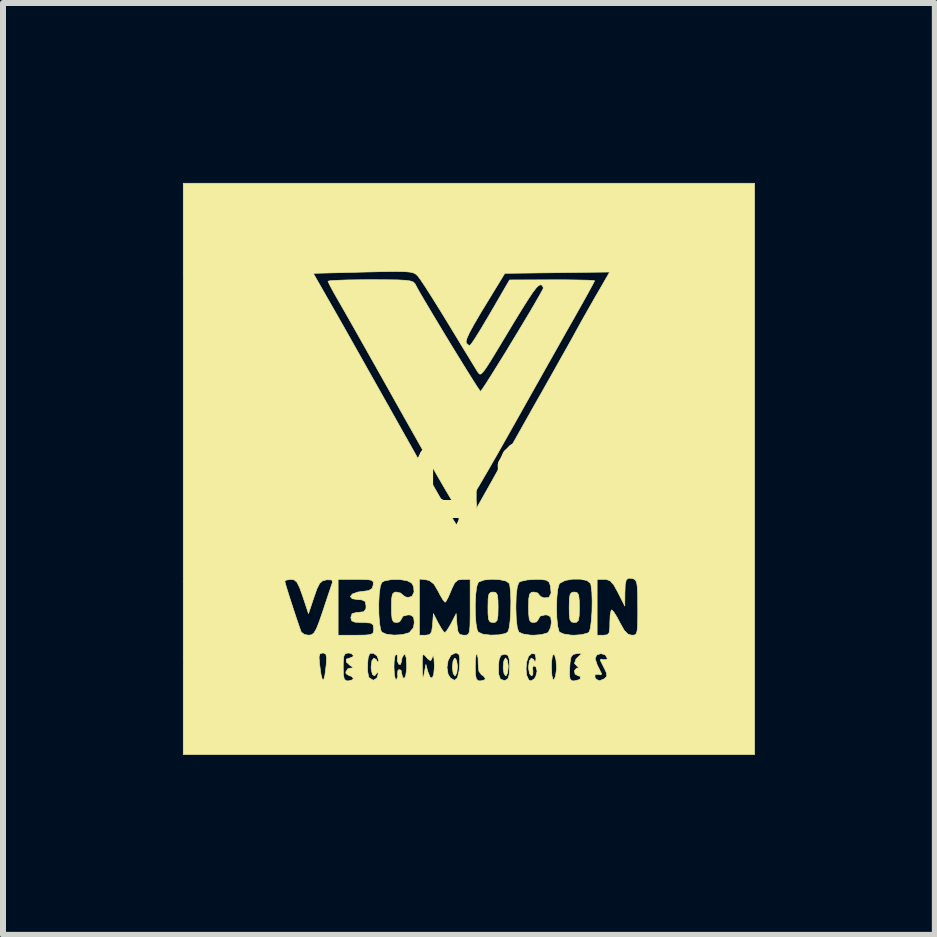
<source format=kicad_pcb>
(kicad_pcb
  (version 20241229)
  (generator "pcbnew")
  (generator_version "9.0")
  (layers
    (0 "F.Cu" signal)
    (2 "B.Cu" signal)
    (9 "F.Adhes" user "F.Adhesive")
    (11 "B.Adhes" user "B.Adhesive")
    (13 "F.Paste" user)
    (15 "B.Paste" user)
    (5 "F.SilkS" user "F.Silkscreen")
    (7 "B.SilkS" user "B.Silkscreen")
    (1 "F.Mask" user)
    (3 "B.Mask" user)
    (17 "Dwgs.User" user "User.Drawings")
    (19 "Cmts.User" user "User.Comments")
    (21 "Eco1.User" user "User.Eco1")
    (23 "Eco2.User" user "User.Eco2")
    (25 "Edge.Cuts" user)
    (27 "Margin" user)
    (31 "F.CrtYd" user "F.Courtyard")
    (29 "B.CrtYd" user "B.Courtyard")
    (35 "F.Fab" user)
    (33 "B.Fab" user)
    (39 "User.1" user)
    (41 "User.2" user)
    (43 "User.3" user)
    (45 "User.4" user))
  (footprint "logo2"
    (layer "F.Cu")
    (at 4.746 4.746)
    (property "Reference" "logo2" (at 0 0 0) (layer "F.SilkS") (effects (font (size 1.524 1.524) (thickness 0.3))))
    (attr through_hole)
    (fp_poly (pts (xy -0.184 3.212) (xy -0.17 3.304) (xy -0.169 3.323) (xy -0.18 3.421) (xy -0.206 3.47) (xy -0.212 3.471) (xy -0.24 3.434) (xy -0.254 3.343) (xy -0.254 3.323) (xy -0.243 3.225) (xy -0.217 3.176) (xy -0.212 3.175) (xy -0.184 3.212)) (stroke (width 0.01) (type solid)) (fill yes) (layer "F.SilkS"))
    (fp_poly (pts (xy 0.663 3.212) (xy 0.677 3.304) (xy 0.677 3.323) (xy 0.667 3.421) (xy 0.641 3.47) (xy 0.635 3.471) (xy 0.607 3.434) (xy 0.593 3.343) (xy 0.593 3.323) (xy 0.603 3.225) (xy 0.629 3.176) (xy 0.635 3.175) (xy 0.663 3.212)) (stroke (width 0.01) (type solid)) (fill yes) (layer "F.SilkS"))
    (fp_poly (pts (xy 0.471 2.084) (xy 0.496 2.124) (xy 0.506 2.216) (xy 0.508 2.328) (xy 0.505 2.47) (xy 0.491 2.547) (xy 0.461 2.578) (xy 0.423 2.582) (xy 0.376 2.573) (xy 0.35 2.532) (xy 0.34 2.441) (xy 0.339 2.328) (xy 0.342 2.186) (xy 0.355 2.11) (xy 0.386 2.079) (xy 0.423 2.074) (xy 0.471 2.084)) (stroke (width 0.01) (type solid)) (fill yes) (layer "F.SilkS"))
    (fp_poly (pts (xy 1.825 2.084) (xy 1.851 2.124) (xy 1.861 2.216) (xy 1.863 2.328) (xy 1.86 2.47) (xy 1.846 2.547) (xy 1.815 2.578) (xy 1.778 2.582) (xy 1.731 2.573) (xy 1.705 2.532) (xy 1.695 2.441) (xy 1.693 2.328) (xy 1.696 2.186) (xy 1.71 2.11) (xy 1.74 2.079) (xy 1.778 2.074) (xy 1.825 2.084)) (stroke (width 0.01) (type solid)) (fill yes) (layer "F.SilkS"))
    (fp_poly (pts (xy 4.784 4.784) (xy -4.741 4.784) (xy -4.741 3.156) (xy -2.477 3.156) (xy -2.469 3.27) (xy -2.445 3.444) (xy -2.422 3.533) (xy -2.4 3.537) (xy -2.379 3.457) (xy -2.362 3.323) (xy -2.074 3.323) (xy -2.071 3.458) (xy -2.055 3.528) (xy -2.019 3.554) (xy -1.99 3.556) (xy -1.921 3.538) (xy -1.905 3.514) (xy -1.939 3.476) (xy -1.968 3.471) (xy -2.025 3.437) (xy -2.032 3.408) (xy -1.997 3.353) (xy -1.958 3.343) (xy -1.906 3.338) (xy -1.929 3.316) (xy -1.958 3.299) (xy -1.979 3.279) (xy -1.669 3.279) (xy -1.667 3.399) (xy -1.65 3.488) (xy -1.641 3.504) (xy -1.572 3.545) (xy -1.514 3.51) (xy -1.493 3.447) (xy -1.494 3.403) (xy -1.507 3.418) (xy -1.55 3.471) (xy -1.587 3.449) (xy -1.607 3.362) (xy -1.609 3.323) (xy -1.228 3.323) (xy -1.221 3.455) (xy -1.204 3.528) (xy -1.187 3.536) (xy -1.163 3.481) (xy -1.169 3.453) (xy -1.163 3.385) (xy -1.146 3.367) (xy -1.11 3.377) (xy -1.101 3.427) (xy -1.083 3.497) (xy -1.058 3.514) (xy -1.034 3.476) (xy -1.019 3.378) (xy -1.016 3.3) (xy -1.021 3.216) (xy -0.756 3.216) (xy -0.755 3.323) (xy -0.751 3.453) (xy -0.745 3.503) (xy -0.734 3.482) (xy -0.723 3.429) (xy -0.696 3.281) (xy -0.665 3.397) (xy -0.627 3.492) (xy -0.592 3.508) (xy -0.566 3.452) (xy -0.555 3.332) (xy -0.344 3.332) (xy -0.326 3.444) (xy -0.287 3.506) (xy -0.219 3.546) (xy -0.171 3.506) (xy -0.142 3.386) (xy -0.136 3.316) (xy 0.127 3.316) (xy 0.13 3.453) (xy 0.146 3.525) (xy 0.179 3.553) (xy 0.212 3.556) (xy 0.28 3.54) (xy 0.296 3.518) (xy 0.263 3.472) (xy 0.234 3.456) (xy 0.22 3.438) (xy 0.515 3.438) (xy 0.547 3.528) (xy 0.615 3.549) (xy 0.624 3.548) (xy 0.67 3.521) (xy 0.693 3.449) (xy 0.697 3.355) (xy 0.974 3.355) (xy 0.985 3.464) (xy 1.019 3.539) (xy 1.056 3.556) (xy 1.108 3.523) (xy 1.136 3.482) (xy 1.158 3.393) (xy 1.139 3.323) (xy 1.397 3.323) (xy 1.404 3.461) (xy 1.422 3.531) (xy 1.439 3.535) (xy 1.465 3.48) (xy 1.467 3.464) (xy 1.698 3.464) (xy 1.71 3.53) (xy 1.744 3.554) (xy 1.773 3.556) (xy 1.855 3.537) (xy 1.884 3.514) (xy 1.879 3.495) (xy 2.121 3.495) (xy 2.145 3.528) (xy 2.197 3.554) (xy 2.271 3.524) (xy 2.284 3.516) (xy 2.321 3.478) (xy 2.313 3.419) (xy 2.285 3.358) (xy 2.238 3.264) (xy 2.21 3.207) (xy 2.21 3.207) (xy 2.227 3.192) (xy 2.261 3.201) (xy 2.318 3.2) (xy 2.328 3.178) (xy 2.295 3.122) (xy 2.221 3.1) (xy 2.15 3.124) (xy 2.149 3.126) (xy 2.126 3.188) (xy 2.16 3.288) (xy 2.161 3.29) (xy 2.207 3.383) (xy 2.235 3.44) (xy 2.218 3.455) (xy 2.184 3.446) (xy 2.126 3.448) (xy 2.121 3.495) (xy 1.879 3.495) (xy 1.874 3.477) (xy 1.844 3.471) (xy 1.792 3.443) (xy 1.78 3.387) (xy 1.814 3.344) (xy 1.831 3.341) (xy 1.862 3.332) (xy 1.831 3.316) (xy 1.781 3.265) (xy 1.806 3.192) (xy 1.852 3.147) (xy 1.898 3.105) (xy 1.873 3.095) (xy 1.82 3.1) (xy 1.758 3.115) (xy 1.724 3.158) (xy 1.708 3.25) (xy 1.702 3.334) (xy 1.698 3.464) (xy 1.467 3.464) (xy 1.48 3.373) (xy 1.482 3.323) (xy 1.473 3.204) (xy 1.45 3.125) (xy 1.439 3.111) (xy 1.414 3.133) (xy 1.4 3.23) (xy 1.397 3.323) (xy 1.139 3.323) (xy 1.139 3.322) (xy 1.101 3.302) (xy 1.082 3.336) (xy 1.088 3.387) (xy 1.087 3.454) (xy 1.063 3.471) (xy 1.032 3.434) (xy 1.016 3.343) (xy 1.016 3.323) (xy 1.029 3.22) (xy 1.061 3.175) (xy 1.101 3.199) (xy 1.115 3.228) (xy 1.132 3.235) (xy 1.14 3.182) (xy 1.124 3.108) (xy 1.069 3.098) (xy 1.016 3.144) (xy 0.984 3.239) (xy 0.974 3.355) (xy 0.697 3.355) (xy 0.699 3.323) (xy 0.694 3.196) (xy 0.675 3.133) (xy 0.633 3.112) (xy 0.614 3.111) (xy 0.555 3.129) (xy 0.526 3.196) (xy 0.516 3.275) (xy 0.515 3.438) (xy 0.22 3.438) (xy 0.188 3.395) (xy 0.177 3.282) (xy 0.174 3.175) (xy 0.158 3.108) (xy 0.155 3.104) (xy 0.14 3.127) (xy 0.13 3.214) (xy 0.127 3.316) (xy -0.136 3.316) (xy -0.135 3.309) (xy -0.132 3.18) (xy -0.144 3.115) (xy -0.18 3.092) (xy -0.205 3.09) (xy -0.278 3.127) (xy -0.326 3.217) (xy -0.344 3.332) (xy -0.555 3.332) (xy -0.555 3.33) (xy -0.555 3.291) (xy -0.561 3.183) (xy -0.571 3.133) (xy -0.58 3.143) (xy -0.607 3.206) (xy -0.623 3.217) (xy -0.664 3.188) (xy -0.703 3.143) (xy -0.734 3.113) (xy -0.75 3.133) (xy -0.756 3.216) (xy -1.021 3.216) (xy -1.023 3.172) (xy -1.044 3.112) (xy -1.058 3.111) (xy -1.094 3.171) (xy -1.101 3.222) (xy -1.118 3.28) (xy -1.146 3.279) (xy -1.174 3.221) (xy -1.169 3.193) (xy -1.172 3.127) (xy -1.187 3.11) (xy -1.21 3.134) (xy -1.225 3.226) (xy -1.228 3.323) (xy -1.609 3.323) (xy -1.596 3.22) (xy -1.564 3.175) (xy -1.524 3.199) (xy -1.51 3.228) (xy -1.491 3.242) (xy -1.485 3.205) (xy -1.511 3.139) (xy -1.57 3.094) (xy -1.629 3.097) (xy -1.633 3.101) (xy -1.658 3.167) (xy -1.669 3.279) (xy -1.979 3.279) (xy -2.022 3.241) (xy -2.022 3.192) (xy -1.968 3.175) (xy -1.912 3.152) (xy -1.905 3.133) (xy -1.94 3.098) (xy -1.99 3.09) (xy -2.039 3.1) (xy -2.064 3.144) (xy -2.073 3.241) (xy -2.074 3.323) (xy -2.362 3.323) (xy -2.358 3.292) (xy -2.358 3.291) (xy -2.351 3.169) (xy -2.364 3.109) (xy -2.402 3.091) (xy -2.414 3.09) (xy -2.461 3.103) (xy -2.477 3.156) (xy -4.741 3.156) (xy -4.741 1.897) (xy -3.048 1.897) (xy -3.035 1.946) (xy -3.002 2.055) (xy -2.955 2.203) (xy -2.901 2.369) (xy -2.847 2.532) (xy -2.799 2.673) (xy -2.774 2.741) (xy -2.721 2.782) (xy -2.651 2.794) (xy -2.601 2.787) (xy -2.561 2.755) (xy -2.52 2.685) (xy -2.472 2.562) (xy -2.41 2.381) (xy -2.351 2.202) (xy -2.3 2.051) (xy -2.265 1.946) (xy -2.253 1.912) (xy -2.263 1.873) (xy -2.341 1.869) (xy -2.351 1.87) (xy -2.418 1.887) (xy -2.467 1.93) (xy -2.512 2.019) (xy -2.561 2.159) (xy -2.653 2.434) (xy -2.748 2.148) (xy -2.802 1.997) (xy -2.846 1.91) (xy -2.892 1.871) (xy -2.946 1.863) (xy -2.159 1.863) (xy -2.159 2.794) (xy -1.863 2.794) (xy -0.804 2.794) (xy -0.701 2.794) (xy -0.635 2.784) (xy -0.601 2.738) (xy -0.585 2.633) (xy -0.584 2.614) (xy -0.571 2.434) (xy -0.489 2.593) (xy -0.433 2.691) (xy -0.39 2.747) (xy -0.381 2.752) (xy -0.347 2.718) (xy -0.294 2.632) (xy -0.273 2.593) (xy -0.191 2.434) (xy -0.178 2.614) (xy -0.163 2.728) (xy -0.133 2.78) (xy -0.072 2.794) (xy -0.061 2.794) (xy -0.016 2.792) (xy 0.014 2.774) (xy 0.031 2.728) (xy 0.039 2.637) (xy 0.042 2.487) (xy 0.042 2.328) (xy 0.042 2.271) (xy 0.127 2.271) (xy 0.128 2.441) (xy 0.139 2.594) (xy 0.159 2.705) (xy 0.178 2.743) (xy 0.256 2.777) (xy 0.381 2.792) (xy 0.517 2.788) (xy 0.628 2.766) (xy 0.669 2.743) (xy 0.691 2.68) (xy 0.708 2.558) (xy 0.718 2.4) (xy 0.719 2.328) (xy 0.804 2.328) (xy 0.811 2.531) (xy 0.828 2.673) (xy 0.855 2.743) (xy 0.926 2.774) (xy 1.045 2.792) (xy 1.101 2.794) (xy 1.229 2.784) (xy 1.325 2.757) (xy 1.346 2.743) (xy 1.384 2.665) (xy 1.397 2.574) (xy 1.384 2.487) (xy 1.328 2.457) (xy 1.291 2.455) (xy 1.206 2.477) (xy 1.185 2.519) (xy 1.15 2.571) (xy 1.101 2.582) (xy 1.053 2.573) (xy 1.028 2.532) (xy 1.018 2.441) (xy 1.016 2.338) (xy 1.482 2.338) (xy 1.487 2.503) (xy 1.501 2.642) (xy 1.524 2.73) (xy 1.532 2.743) (xy 1.603 2.774) (xy 1.722 2.792) (xy 1.778 2.794) (xy 1.906 2.784) (xy 2.002 2.757) (xy 2.024 2.743) (xy 2.046 2.68) (xy 2.062 2.558) (xy 2.073 2.4) (xy 2.076 2.231) (xy 2.071 2.077) (xy 2.057 1.962) (xy 2.049 1.93) (xy 1.99 1.882) (xy 1.897 1.863) (xy 2.159 1.863) (xy 2.159 2.794) (xy 2.265 2.794) (xy 2.328 2.787) (xy 2.359 2.752) (xy 2.37 2.667) (xy 2.371 2.582) (xy 2.376 2.462) (xy 2.391 2.385) (xy 2.402 2.371) (xy 2.437 2.407) (xy 2.493 2.497) (xy 2.538 2.583) (xy 2.611 2.713) (xy 2.676 2.778) (xy 2.739 2.794) (xy 2.782 2.791) (xy 2.81 2.771) (xy 2.826 2.72) (xy 2.834 2.624) (xy 2.836 2.466) (xy 2.836 2.333) (xy 2.835 2.129) (xy 2.83 1.995) (xy 2.817 1.914) (xy 2.796 1.872) (xy 2.762 1.853) (xy 2.754 1.851) (xy 2.685 1.842) (xy 2.645 1.87) (xy 2.627 1.952) (xy 2.622 2.092) (xy 2.62 2.307) (xy 2.508 2.085) (xy 2.437 1.956) (xy 2.378 1.889) (xy 2.312 1.864) (xy 2.277 1.863) (xy 2.159 1.863) (xy 1.897 1.863) (xy 1.881 1.859) (xy 1.749 1.859) (xy 1.626 1.881) (xy 1.541 1.925) (xy 1.525 1.945) (xy 1.501 2.033) (xy 1.487 2.173) (xy 1.482 2.338) (xy 1.016 2.338) (xy 1.016 2.328) (xy 1.019 2.186) (xy 1.033 2.11) (xy 1.063 2.079) (xy 1.101 2.074) (xy 1.169 2.09) (xy 1.185 2.112) (xy 1.221 2.151) (xy 1.273 2.172) (xy 1.356 2.164) (xy 1.392 2.091) (xy 1.38 1.968) (xy 1.356 1.906) (xy 1.309 1.875) (xy 1.214 1.864) (xy 1.129 1.863) (xy 0.993 1.872) (xy 0.889 1.895) (xy 0.855 1.913) (xy 0.828 1.985) (xy 0.81 2.129) (xy 0.804 2.328) (xy 0.719 2.328) (xy 0.721 2.231) (xy 0.716 2.077) (xy 0.703 1.962) (xy 0.694 1.93) (xy 0.639 1.89) (xy 0.531 1.867) (xy 0.4 1.861) (xy 0.276 1.873) (xy 0.188 1.905) (xy 0.178 1.913) (xy 0.152 1.982) (xy 0.135 2.11) (xy 0.127 2.271) (xy 0.042 2.271) (xy 0.042 1.863) (xy -0.081 1.863) (xy -0.161 1.873) (xy -0.215 1.92) (xy -0.265 2.022) (xy -0.277 2.053) (xy -0.325 2.164) (xy -0.363 2.233) (xy -0.376 2.244) (xy -0.408 2.209) (xy -0.46 2.121) (xy -0.489 2.064) (xy -0.561 1.942) (xy -0.637 1.883) (xy -0.69 1.87) (xy -0.804 1.857) (xy -0.804 2.794) (xy -1.863 2.794) (xy -1.708 2.792) (xy -1.619 2.783) (xy -1.578 2.76) (xy -1.567 2.716) (xy -1.566 2.688) (xy -1.574 2.623) (xy -1.613 2.592) (xy -1.705 2.583) (xy -1.757 2.582) (xy -1.876 2.577) (xy -1.932 2.554) (xy -1.947 2.504) (xy -1.947 2.498) (xy -1.927 2.436) (xy -1.853 2.414) (xy -1.82 2.413) (xy -1.73 2.402) (xy -1.696 2.353) (xy -1.693 2.307) (xy -1.7 2.271) (xy -1.482 2.271) (xy -1.48 2.441) (xy -1.469 2.594) (xy -1.449 2.705) (xy -1.431 2.743) (xy -1.35 2.779) (xy -1.223 2.792) (xy -1.086 2.784) (xy -0.975 2.752) (xy -0.971 2.75) (xy -0.903 2.668) (xy -0.889 2.581) (xy -0.901 2.491) (xy -0.95 2.458) (xy -0.995 2.455) (xy -1.08 2.477) (xy -1.101 2.519) (xy -1.136 2.571) (xy -1.185 2.582) (xy -1.233 2.573) (xy -1.258 2.532) (xy -1.268 2.441) (xy -1.27 2.328) (xy -1.267 2.186) (xy -1.253 2.109) (xy -1.222 2.079) (xy -1.189 2.074) (xy -1.115 2.092) (xy -1.094 2.113) (xy -1.045 2.151) (xy -0.995 2.166) (xy -0.927 2.145) (xy -0.893 2.073) (xy -0.901 1.981) (xy -0.933 1.924) (xy -1.009 1.885) (xy -1.132 1.865) (xy -1.269 1.866) (xy -1.383 1.887) (xy -1.431 1.913) (xy -1.457 1.982) (xy -1.474 2.11) (xy -1.482 2.271) (xy -1.7 2.271) (xy -1.707 2.232) (xy -1.765 2.204) (xy -1.82 2.201) (xy -1.923 2.186) (xy -1.955 2.15) (xy -1.922 2.107) (xy -1.83 2.074) (xy -1.767 2.066) (xy -1.65 2.05) (xy -1.593 2.015) (xy -1.574 1.958) (xy -1.572 1.908) (xy -1.595 1.88) (xy -1.661 1.867) (xy -1.788 1.863) (xy -1.86 1.863) (xy -2.159 1.863) (xy -2.946 1.863) (xy -3.024 1.875) (xy -3.048 1.897) (xy -4.741 1.897) (xy -4.741 -3.239) (xy -2.573 -3.239) (xy -2.331 -2.815) (xy -2.197 -2.581) (xy -2.028 -2.283) (xy -1.829 -1.93) (xy -1.605 -1.532) (xy -1.361 -1.099) (xy -1.103 -0.64) (xy -1.005 -0.466) (xy -0.781 -0.067) (xy -0.594 0.263) (xy -0.442 0.529) (xy -0.321 0.735) (xy -0.228 0.888) (xy -0.161 0.992) (xy -0.115 1.051) (xy -0.089 1.073) (xy -0.082 1.071) (xy -0.053 1.026) (xy 0.011 0.917) (xy 0.103 0.756) (xy 0.218 0.554) (xy 0.35 0.32) (xy 0.434 0.169) (xy 0.6 -0.127) (xy 0.778 -0.446) (xy 0.957 -0.764) (xy 1.122 -1.057) (xy 1.261 -1.302) (xy 1.278 -1.333) (xy 1.412 -1.569) (xy 1.544 -1.805) (xy 1.665 -2.019) (xy 1.761 -2.192) (xy 1.801 -2.265) (xy 1.901 -2.446) (xy 2.022 -2.66) (xy 2.14 -2.867) (xy 2.166 -2.911) (xy 2.368 -3.261) (xy 1.494 -3.25) (xy 0.62 -3.239) (xy 0.374 -2.836) (xy 0.219 -2.582) (xy 0.107 -2.39) (xy 0.031 -2.251) (xy -0.011 -2.157) (xy -0.026 -2.099) (xy -0.02 -2.073) (xy 0.026 -2.034) (xy 0.034 -2.033) (xy 0.065 -2.068) (xy 0.129 -2.163) (xy 0.218 -2.307) (xy 0.325 -2.486) (xy 0.381 -2.581) (xy 0.699 -3.129) (xy 1.408 -3.131) (xy 1.642 -3.131) (xy 1.844 -3.128) (xy 1.999 -3.125) (xy 2.094 -3.12) (xy 2.117 -3.115) (xy 2.097 -3.075) (xy 2.042 -2.973) (xy 1.959 -2.822) (xy 1.854 -2.635) (xy 1.761 -2.47) (xy 1.651 -2.277) (xy 1.509 -2.024) (xy 1.341 -1.727) (xy 1.157 -1.4) (xy 0.964 -1.057) (xy 0.771 -0.713) (xy 0.67 -0.534) (xy 0.499 -0.231) (xy 0.34 0.046) (xy 0.197 0.291) (xy 0.076 0.493) (xy -0.018 0.646) (xy -0.081 0.74) (xy -0.106 0.769) (xy -0.125 0.754) (xy -0.16 0.71) (xy -0.212 0.63) (xy -0.285 0.511) (xy -0.382 0.347) (xy -0.507 0.132) (xy -0.661 -0.139) (xy -0.849 -0.471) (xy -1.073 -0.868) (xy -1.204 -1.101) (xy -1.41 -1.468) (xy -1.58 -1.77) (xy -1.719 -2.017) (xy -1.832 -2.217) (xy -1.924 -2.38) (xy -2.001 -2.515) (xy -2.067 -2.631) (xy -2.128 -2.738) (xy -2.165 -2.801) (xy -2.243 -2.939) (xy -2.3 -3.046) (xy -2.327 -3.104) (xy -2.328 -3.108) (xy -2.288 -3.116) (xy -2.177 -3.123) (xy -2.01 -3.129) (xy -1.799 -3.132) (xy -1.619 -3.133) (xy -1.358 -3.132) (xy -1.169 -3.13) (xy -1.039 -3.123) (xy -0.956 -3.112) (xy -0.908 -3.095) (xy -0.88 -3.069) (xy -0.867 -3.046) (xy -0.826 -2.969) (xy -0.751 -2.839) (xy -0.65 -2.669) (xy -0.531 -2.47) (xy -0.401 -2.254) (xy -0.267 -2.033) (xy -0.136 -1.82) (xy -0.016 -1.626) (xy 0.086 -1.463) (xy 0.163 -1.343) (xy 0.207 -1.279) (xy 0.214 -1.271) (xy 0.242 -1.305) (xy 0.305 -1.4) (xy 0.396 -1.543) (xy 0.508 -1.723) (xy 0.634 -1.926) (xy 0.765 -2.142) (xy 0.895 -2.357) (xy 1.016 -2.559) (xy 1.12 -2.736) (xy 1.201 -2.877) (xy 1.251 -2.968) (xy 1.263 -2.995) (xy 1.242 -3.041) (xy 1.213 -3.048) (xy 1.185 -3.037) (xy 1.144 -2.997) (xy 1.086 -2.921) (xy 1.006 -2.801) (xy 0.897 -2.628) (xy 0.755 -2.396) (xy 0.638 -2.201) (xy 0.493 -1.961) (xy 0.386 -1.785) (xy 0.31 -1.666) (xy 0.257 -1.594) (xy 0.222 -1.561) (xy 0.197 -1.56) (xy 0.177 -1.583) (xy 0.156 -1.615) (xy 0.115 -1.682) (xy 0.038 -1.808) (xy -0.067 -1.979) (xy -0.191 -2.184) (xy -0.327 -2.408) (xy -0.33 -2.413) (xy -0.467 -2.636) (xy -0.594 -2.839) (xy -0.702 -3.009) (xy -0.784 -3.132) (xy -0.831 -3.195) (xy -0.832 -3.196) (xy -0.863 -3.225) (xy -0.902 -3.246) (xy -0.963 -3.26) (xy -1.056 -3.268) (xy -1.194 -3.27) (xy -1.389 -3.268) (xy -1.653 -3.262) (xy -1.742 -3.26) (xy -2.573 -3.239) (xy -4.741 -3.239) (xy -4.741 -4.741) (xy 4.784 -4.741) (xy 4.784 4.784)) (stroke (width 0.01) (type solid)) (fill yes) (layer "F.SilkS")))
  (gr_rect
    (start -3 -3)
    (end 12.535 12.535)
    (stroke (width 0.1) (type default))
    (fill no)
    (layer "Edge.Cuts")))
</source>
